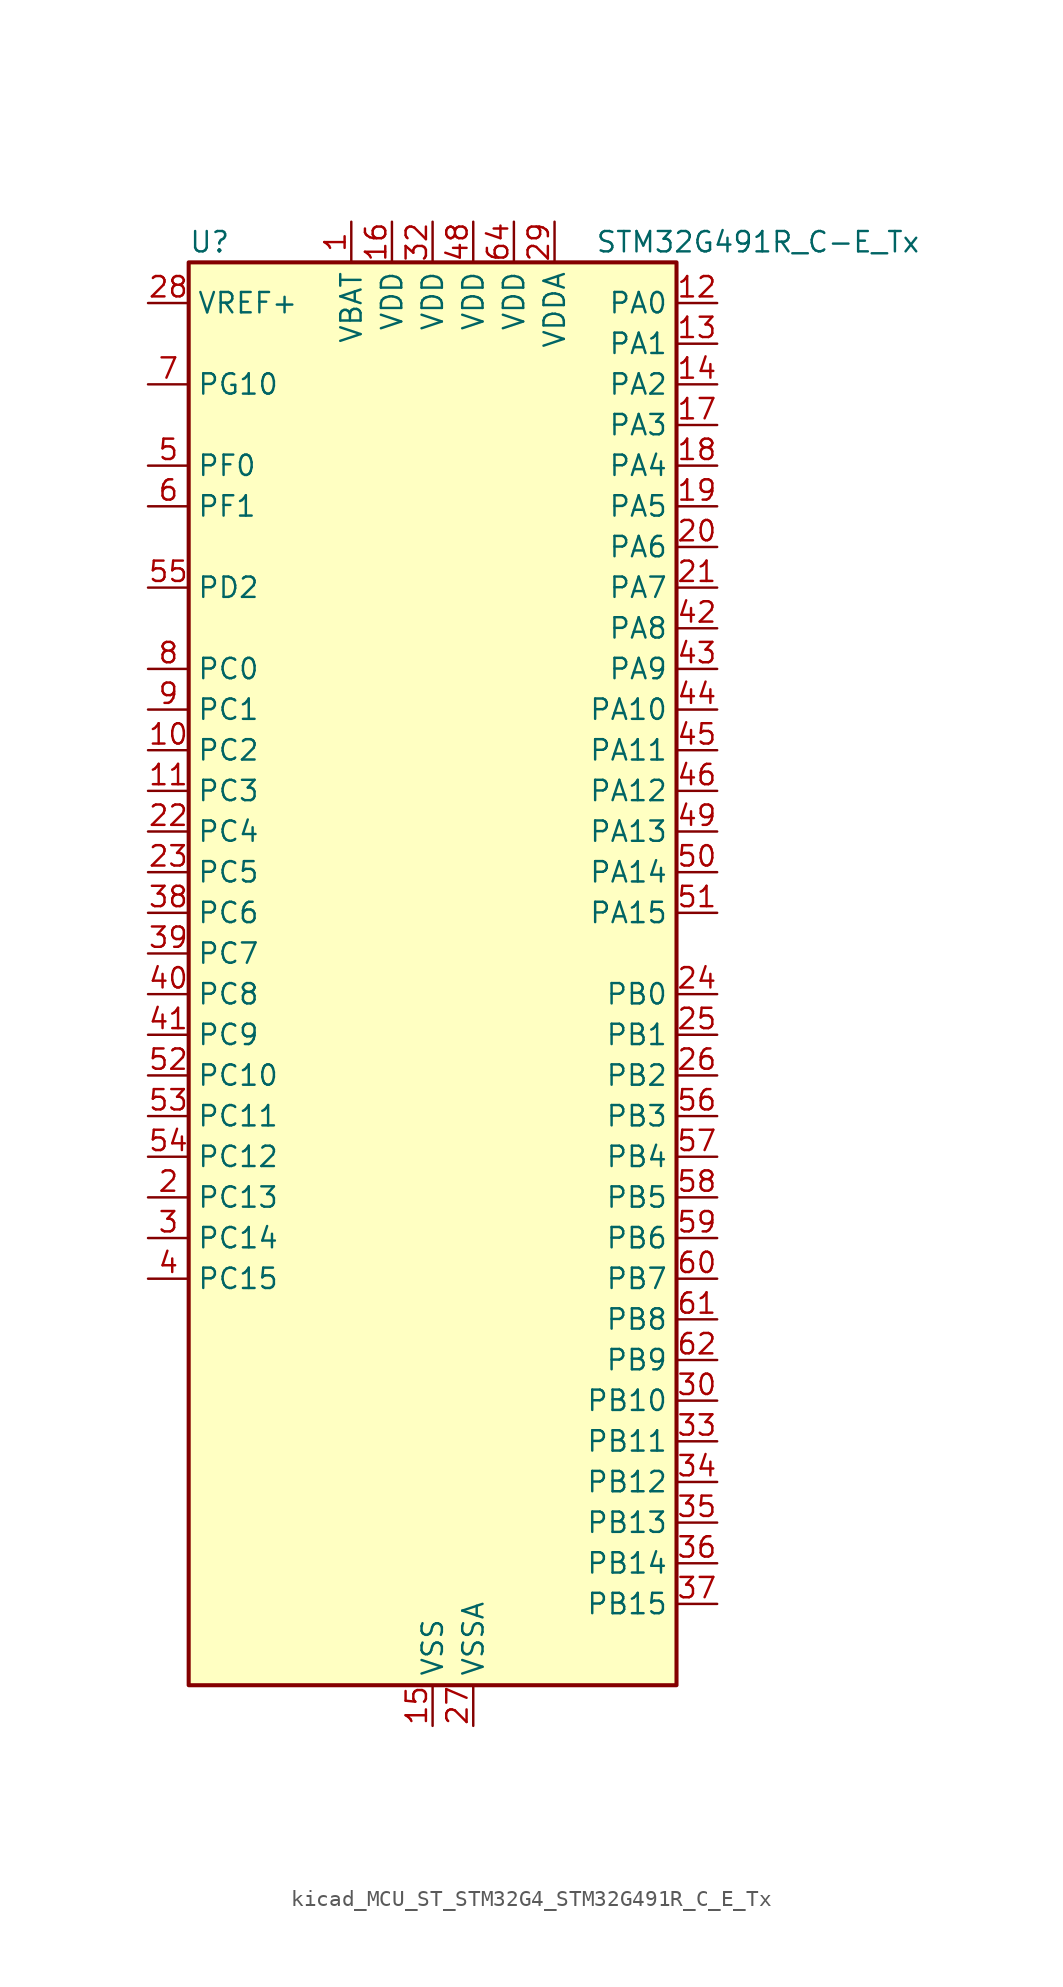
<source format=kicad_sym>
(kicad_symbol_lib
  (version 20220914)
  (generator kicad_symbol_editor)
  (symbol "kicad_MCU_ST_STM32G4_STM32G491R_C_E_Tx"
    (property "Reference" "U"
      (at -15.24 46.99 0)
      (effects (font (size 1.27 1.27)) (justify left)))
    (property "Value" "STM32G491R_C-E_Tx"
      (at 10.16 46.99 0)
      (effects (font (size 1.27 1.27)) (justify left)))
    (property "ki_locked" ""
      (at 0 0 0)
      (effects (font (size 1.27 1.27))))
    (symbol "kicad_MCU_ST_STM32G4_STM32G491R_C_E_Tx_0_1"
      (rectangle (start -15.24 -43.18) (end 15.24 45.72) (stroke (width 0.254) (type default)) (fill (type background))))
    (symbol "kicad_MCU_ST_STM32G4_STM32G491R_C_E_Tx_1_1"
      (pin power_in line (at -5.08 48.26 270) (length 2.54) (name "VBAT" (effects (font (size 1.27 1.27)))) (number "1" (effects (font (size 1.27 1.27)))))
      (pin bidirectional line (at -17.78 15.24 0) (length 2.54) (name "PC2" (effects (font (size 1.27 1.27)))) (number "10" (effects (font (size 1.27 1.27)))) (alternate "ADC1_IN8" bidirectional line) (alternate "ADC2_IN8" bidirectional line) (alternate "ADC3_EXTI2" bidirectional line) (alternate "COMP3_OUT" bidirectional line) (alternate "LPTIM1_IN2" bidirectional line) (alternate "QUADSPI1_BK2_IO1" bidirectional line) (alternate "TIM1_CH3" bidirectional line) (alternate "TIM20_CH2" bidirectional line))
      (pin bidirectional line (at -17.78 12.7 0) (length 2.54) (name "PC3" (effects (font (size 1.27 1.27)))) (number "11" (effects (font (size 1.27 1.27)))) (alternate "ADC1_IN9" bidirectional line) (alternate "ADC2_IN9" bidirectional line) (alternate "ADC3_EXTI3" bidirectional line) (alternate "LPTIM1_ETR" bidirectional line) (alternate "QUADSPI1_BK2_IO2" bidirectional line) (alternate "SAI1_D1" bidirectional line) (alternate "SAI1_SD_A" bidirectional line) (alternate "TIM1_BKIN2" bidirectional line) (alternate "TIM1_CH4" bidirectional line))
      (pin bidirectional line (at 17.78 43.18 180) (length 2.54) (name "PA0" (effects (font (size 1.27 1.27)))) (number "12" (effects (font (size 1.27 1.27)))) (alternate "ADC1_IN1" bidirectional line) (alternate "ADC2_IN1" bidirectional line) (alternate "COMP1_INM" bidirectional line) (alternate "COMP1_OUT" bidirectional line) (alternate "COMP3_INP" bidirectional line) (alternate "RTC_TAMP2" bidirectional line) (alternate "SYS_WKUP1" bidirectional line) (alternate "TIM2_CH1" bidirectional line) (alternate "TIM2_ETR" bidirectional line) (alternate "TIM8_BKIN" bidirectional line) (alternate "TIM8_ETR" bidirectional line) (alternate "USART2_CTS" bidirectional line) (alternate "USART2_NSS" bidirectional line))
      (pin bidirectional line (at 17.78 40.64 180) (length 2.54) (name "PA1" (effects (font (size 1.27 1.27)))) (number "13" (effects (font (size 1.27 1.27)))) (alternate "ADC1_IN2" bidirectional line) (alternate "ADC2_IN2" bidirectional line) (alternate "COMP1_INP" bidirectional line) (alternate "OPAMP1_VINP" bidirectional line) (alternate "OPAMP1_VINP_SEC" bidirectional line) (alternate "OPAMP3_VINP" bidirectional line) (alternate "OPAMP3_VINP_SEC" bidirectional line) (alternate "OPAMP6_VINM" bidirectional line) (alternate "OPAMP6_VINM0" bidirectional line) (alternate "OPAMP6_VINM_SEC" bidirectional line) (alternate "RTC_REFIN" bidirectional line) (alternate "TIM15_CH1N" bidirectional line) (alternate "TIM2_CH2" bidirectional line) (alternate "USART2_DE" bidirectional line) (alternate "USART2_RTS" bidirectional line))
      (pin bidirectional line (at 17.78 38.1 180) (length 2.54) (name "PA2" (effects (font (size 1.27 1.27)))) (number "14" (effects (font (size 1.27 1.27)))) (alternate "ADC1_IN3" bidirectional line) (alternate "ADC3_EXTI2" bidirectional line) (alternate "COMP2_INM" bidirectional line) (alternate "COMP2_OUT" bidirectional line) (alternate "LPUART1_TX" bidirectional line) (alternate "OPAMP1_VOUT" bidirectional line) (alternate "QUADSPI1_BK1_NCS" bidirectional line) (alternate "RCC_LSCO" bidirectional line) (alternate "SYS_WKUP4" bidirectional line) (alternate "TIM15_CH1" bidirectional line) (alternate "TIM2_CH3" bidirectional line) (alternate "UCPD1_FRSTX1" bidirectional line) (alternate "UCPD1_FRSTX2" bidirectional line) (alternate "USART2_TX" bidirectional line))
      (pin power_in line (at 0 -45.72 90) (length 2.54) (name "VSS" (effects (font (size 1.27 1.27)))) (number "15" (effects (font (size 1.27 1.27)))))
      (pin power_in line (at -2.54 48.26 270) (length 2.54) (name "VDD" (effects (font (size 1.27 1.27)))) (number "16" (effects (font (size 1.27 1.27)))))
      (pin bidirectional line (at 17.78 35.56 180) (length 2.54) (name "PA3" (effects (font (size 1.27 1.27)))) (number "17" (effects (font (size 1.27 1.27)))) (alternate "ADC1_IN4" bidirectional line) (alternate "ADC3_EXTI3" bidirectional line) (alternate "COMP2_INP" bidirectional line) (alternate "LPUART1_RX" bidirectional line) (alternate "OPAMP1_VINM" bidirectional line) (alternate "OPAMP1_VINM0" bidirectional line) (alternate "OPAMP1_VINM_SEC" bidirectional line) (alternate "OPAMP1_VINP" bidirectional line) (alternate "OPAMP1_VINP_SEC" bidirectional line) (alternate "QUADSPI1_CLK" bidirectional line) (alternate "SAI1_CK1" bidirectional line) (alternate "SAI1_MCLK_A" bidirectional line) (alternate "TIM15_CH2" bidirectional line) (alternate "TIM2_CH4" bidirectional line) (alternate "USART2_RX" bidirectional line))
      (pin bidirectional line (at 17.78 33.02 180) (length 2.54) (name "PA4" (effects (font (size 1.27 1.27)))) (number "18" (effects (font (size 1.27 1.27)))) (alternate "ADC2_IN17" bidirectional line) (alternate "COMP1_INM" bidirectional line) (alternate "DAC1_OUT1" bidirectional line) (alternate "I2S3_WS" bidirectional line) (alternate "SAI1_FS_B" bidirectional line) (alternate "SPI1_NSS" bidirectional line) (alternate "SPI3_NSS" bidirectional line) (alternate "TIM3_CH2" bidirectional line) (alternate "USART2_CK" bidirectional line))
      (pin bidirectional line (at 17.78 30.48 180) (length 2.54) (name "PA5" (effects (font (size 1.27 1.27)))) (number "19" (effects (font (size 1.27 1.27)))) (alternate "ADC2_IN13" bidirectional line) (alternate "COMP2_INM" bidirectional line) (alternate "DAC1_OUT2" bidirectional line) (alternate "OPAMP2_VINM" bidirectional line) (alternate "OPAMP2_VINM0" bidirectional line) (alternate "OPAMP2_VINM_SEC" bidirectional line) (alternate "SPI1_SCK" bidirectional line) (alternate "TIM2_CH1" bidirectional line) (alternate "TIM2_ETR" bidirectional line) (alternate "UCPD1_FRSTX1" bidirectional line) (alternate "UCPD1_FRSTX2" bidirectional line))
      (pin bidirectional line (at -17.78 -12.7 0) (length 2.54) (name "PC13" (effects (font (size 1.27 1.27)))) (number "2" (effects (font (size 1.27 1.27)))) (alternate "RTC_OUT1" bidirectional line) (alternate "RTC_TAMP1" bidirectional line) (alternate "RTC_TS" bidirectional line) (alternate "SYS_WKUP2" bidirectional line) (alternate "TIM1_BKIN" bidirectional line) (alternate "TIM1_CH1N" bidirectional line) (alternate "TIM8_CH4N" bidirectional line))
      (pin bidirectional line (at 17.78 27.94 180) (length 2.54) (name "PA6" (effects (font (size 1.27 1.27)))) (number "20" (effects (font (size 1.27 1.27)))) (alternate "ADC2_IN3" bidirectional line) (alternate "COMP1_OUT" bidirectional line) (alternate "LPUART1_CTS" bidirectional line) (alternate "OPAMP2_VOUT" bidirectional line) (alternate "QUADSPI1_BK1_IO3" bidirectional line) (alternate "SPI1_MISO" bidirectional line) (alternate "TIM16_CH1" bidirectional line) (alternate "TIM1_BKIN" bidirectional line) (alternate "TIM3_CH1" bidirectional line) (alternate "TIM8_BKIN" bidirectional line))
      (pin bidirectional line (at 17.78 25.4 180) (length 2.54) (name "PA7" (effects (font (size 1.27 1.27)))) (number "21" (effects (font (size 1.27 1.27)))) (alternate "ADC2_IN4" bidirectional line) (alternate "COMP2_INP" bidirectional line) (alternate "COMP2_OUT" bidirectional line) (alternate "OPAMP1_VINP" bidirectional line) (alternate "OPAMP1_VINP_SEC" bidirectional line) (alternate "OPAMP2_VINP" bidirectional line) (alternate "OPAMP2_VINP_SEC" bidirectional line) (alternate "QUADSPI1_BK1_IO2" bidirectional line) (alternate "SPI1_MOSI" bidirectional line) (alternate "TIM17_CH1" bidirectional line) (alternate "TIM1_CH1N" bidirectional line) (alternate "TIM3_CH2" bidirectional line) (alternate "TIM8_CH1N" bidirectional line) (alternate "UCPD1_FRSTX1" bidirectional line) (alternate "UCPD1_FRSTX2" bidirectional line))
      (pin bidirectional line (at -17.78 10.16 0) (length 2.54) (name "PC4" (effects (font (size 1.27 1.27)))) (number "22" (effects (font (size 1.27 1.27)))) (alternate "ADC2_IN5" bidirectional line) (alternate "I2C2_SCL" bidirectional line) (alternate "QUADSPI1_BK2_IO3" bidirectional line) (alternate "TIM1_ETR" bidirectional line) (alternate "USART1_TX" bidirectional line))
      (pin bidirectional line (at -17.78 7.62 0) (length 2.54) (name "PC5" (effects (font (size 1.27 1.27)))) (number "23" (effects (font (size 1.27 1.27)))) (alternate "ADC2_IN11" bidirectional line) (alternate "OPAMP1_VINM" bidirectional line) (alternate "OPAMP1_VINM1" bidirectional line) (alternate "OPAMP1_VINM_SEC" bidirectional line) (alternate "OPAMP2_VINM" bidirectional line) (alternate "OPAMP2_VINM1" bidirectional line) (alternate "OPAMP2_VINM_SEC" bidirectional line) (alternate "SAI1_D3" bidirectional line) (alternate "SYS_WKUP5" bidirectional line) (alternate "TIM15_BKIN" bidirectional line) (alternate "TIM1_CH4N" bidirectional line) (alternate "USART1_RX" bidirectional line))
      (pin bidirectional line (at 17.78 0 180) (length 2.54) (name "PB0" (effects (font (size 1.27 1.27)))) (number "24" (effects (font (size 1.27 1.27)))) (alternate "ADC1_IN15" bidirectional line) (alternate "ADC3_IN12" bidirectional line) (alternate "COMP4_INP" bidirectional line) (alternate "OPAMP2_VINP" bidirectional line) (alternate "OPAMP2_VINP_SEC" bidirectional line) (alternate "OPAMP3_VINP" bidirectional line) (alternate "OPAMP3_VINP_SEC" bidirectional line) (alternate "QUADSPI1_BK1_IO1" bidirectional line) (alternate "TIM1_CH2N" bidirectional line) (alternate "TIM3_CH3" bidirectional line) (alternate "TIM8_CH2N" bidirectional line) (alternate "UCPD1_FRSTX1" bidirectional line) (alternate "UCPD1_FRSTX2" bidirectional line))
      (pin bidirectional line (at 17.78 -2.54 180) (length 2.54) (name "PB1" (effects (font (size 1.27 1.27)))) (number "25" (effects (font (size 1.27 1.27)))) (alternate "ADC1_IN12" bidirectional line) (alternate "ADC3_IN1" bidirectional line) (alternate "COMP1_INP" bidirectional line) (alternate "COMP4_OUT" bidirectional line) (alternate "LPUART1_DE" bidirectional line) (alternate "LPUART1_RTS" bidirectional line) (alternate "OPAMP3_VOUT" bidirectional line) (alternate "OPAMP6_VINM" bidirectional line) (alternate "OPAMP6_VINM1" bidirectional line) (alternate "OPAMP6_VINM_SEC" bidirectional line) (alternate "QUADSPI1_BK1_IO0" bidirectional line) (alternate "TIM1_CH3N" bidirectional line) (alternate "TIM3_CH4" bidirectional line) (alternate "TIM8_CH3N" bidirectional line))
      (pin bidirectional line (at 17.78 -5.08 180) (length 2.54) (name "PB2" (effects (font (size 1.27 1.27)))) (number "26" (effects (font (size 1.27 1.27)))) (alternate "ADC2_IN12" bidirectional line) (alternate "ADC3_EXTI2" bidirectional line) (alternate "COMP4_INM" bidirectional line) (alternate "I2C3_SMBA" bidirectional line) (alternate "LPTIM1_OUT" bidirectional line) (alternate "OPAMP3_VINM" bidirectional line) (alternate "OPAMP3_VINM0" bidirectional line) (alternate "OPAMP3_VINM_SEC" bidirectional line) (alternate "QUADSPI1_BK2_IO1" bidirectional line) (alternate "RTC_OUT2" bidirectional line) (alternate "TIM20_CH1" bidirectional line))
      (pin power_in line (at 2.54 -45.72 90) (length 2.54) (name "VSSA" (effects (font (size 1.27 1.27)))) (number "27" (effects (font (size 1.27 1.27)))))
      (pin input line (at -17.78 43.18 0) (length 2.54) (name "VREF+" (effects (font (size 1.27 1.27)))) (number "28" (effects (font (size 1.27 1.27)))) (alternate "VREFBUF_OUT" bidirectional line))
      (pin power_in line (at 7.62 48.26 270) (length 2.54) (name "VDDA" (effects (font (size 1.27 1.27)))) (number "29" (effects (font (size 1.27 1.27)))))
      (pin bidirectional line (at -17.78 -15.24 0) (length 2.54) (name "PC14" (effects (font (size 1.27 1.27)))) (number "3" (effects (font (size 1.27 1.27)))) (alternate "RCC_OSC32_IN" bidirectional line))
      (pin bidirectional line (at 17.78 -25.4 180) (length 2.54) (name "PB10" (effects (font (size 1.27 1.27)))) (number "30" (effects (font (size 1.27 1.27)))) (alternate "DAC1_EXTI10" bidirectional line) (alternate "DAC3_EXTI10" bidirectional line) (alternate "LPUART1_RX" bidirectional line) (alternate "OPAMP3_VINM" bidirectional line) (alternate "OPAMP3_VINM1" bidirectional line) (alternate "OPAMP3_VINM_SEC" bidirectional line) (alternate "QUADSPI1_CLK" bidirectional line) (alternate "SAI1_SCK_A" bidirectional line) (alternate "TIM1_BKIN" bidirectional line) (alternate "TIM2_CH3" bidirectional line) (alternate "USART3_TX" bidirectional line))
      (pin passive line (at 0 -45.72 90) (length 2.54) hide (name "VSS" (effects (font (size 1.27 1.27)))) (number "31" (effects (font (size 1.27 1.27)))))
      (pin power_in line (at 0 48.26 270) (length 2.54) (name "VDD" (effects (font (size 1.27 1.27)))) (number "32" (effects (font (size 1.27 1.27)))))
      (pin bidirectional line (at 17.78 -27.94 180) (length 2.54) (name "PB11" (effects (font (size 1.27 1.27)))) (number "33" (effects (font (size 1.27 1.27)))) (alternate "ADC1_EXTI11" bidirectional line) (alternate "ADC1_IN14" bidirectional line) (alternate "ADC2_EXTI11" bidirectional line) (alternate "ADC2_IN14" bidirectional line) (alternate "LPUART1_TX" bidirectional line) (alternate "OPAMP6_VOUT" bidirectional line) (alternate "QUADSPI1_BK1_NCS" bidirectional line) (alternate "TIM2_CH4" bidirectional line) (alternate "USART3_RX" bidirectional line))
      (pin bidirectional line (at 17.78 -30.48 180) (length 2.54) (name "PB12" (effects (font (size 1.27 1.27)))) (number "34" (effects (font (size 1.27 1.27)))) (alternate "ADC1_IN11" bidirectional line) (alternate "FDCAN2_RX" bidirectional line) (alternate "I2C2_SMBA" bidirectional line) (alternate "I2S2_WS" bidirectional line) (alternate "LPUART1_DE" bidirectional line) (alternate "LPUART1_RTS" bidirectional line) (alternate "OPAMP6_VINP" bidirectional line) (alternate "OPAMP6_VINP_SEC" bidirectional line) (alternate "SPI2_NSS" bidirectional line) (alternate "TIM1_BKIN" bidirectional line) (alternate "USART3_CK" bidirectional line))
      (pin bidirectional line (at 17.78 -33.02 180) (length 2.54) (name "PB13" (effects (font (size 1.27 1.27)))) (number "35" (effects (font (size 1.27 1.27)))) (alternate "ADC3_IN5" bidirectional line) (alternate "FDCAN2_TX" bidirectional line) (alternate "I2S2_CK" bidirectional line) (alternate "LPUART1_CTS" bidirectional line) (alternate "OPAMP3_VINP" bidirectional line) (alternate "OPAMP3_VINP_SEC" bidirectional line) (alternate "OPAMP6_VINP" bidirectional line) (alternate "OPAMP6_VINP_SEC" bidirectional line) (alternate "SPI2_SCK" bidirectional line) (alternate "TIM1_CH1N" bidirectional line) (alternate "USART3_CTS" bidirectional line) (alternate "USART3_NSS" bidirectional line))
      (pin bidirectional line (at 17.78 -35.56 180) (length 2.54) (name "PB14" (effects (font (size 1.27 1.27)))) (number "36" (effects (font (size 1.27 1.27)))) (alternate "ADC1_IN5" bidirectional line) (alternate "COMP4_OUT" bidirectional line) (alternate "OPAMP2_VINP" bidirectional line) (alternate "OPAMP2_VINP_SEC" bidirectional line) (alternate "SPI2_MISO" bidirectional line) (alternate "TIM15_CH1" bidirectional line) (alternate "TIM1_CH2N" bidirectional line) (alternate "USART3_DE" bidirectional line) (alternate "USART3_RTS" bidirectional line))
      (pin bidirectional line (at 17.78 -38.1 180) (length 2.54) (name "PB15" (effects (font (size 1.27 1.27)))) (number "37" (effects (font (size 1.27 1.27)))) (alternate "ADC1_EXTI15" bidirectional line) (alternate "ADC2_EXTI15" bidirectional line) (alternate "ADC2_IN15" bidirectional line) (alternate "COMP3_OUT" bidirectional line) (alternate "I2S2_SD" bidirectional line) (alternate "RTC_REFIN" bidirectional line) (alternate "SPI2_MOSI" bidirectional line) (alternate "TIM15_CH1N" bidirectional line) (alternate "TIM15_CH2" bidirectional line) (alternate "TIM1_CH3N" bidirectional line))
      (pin bidirectional line (at -17.78 5.08 0) (length 2.54) (name "PC6" (effects (font (size 1.27 1.27)))) (number "38" (effects (font (size 1.27 1.27)))) (alternate "I2S2_MCK" bidirectional line) (alternate "TIM3_CH1" bidirectional line) (alternate "TIM8_CH1" bidirectional line))
      (pin bidirectional line (at -17.78 2.54 0) (length 2.54) (name "PC7" (effects (font (size 1.27 1.27)))) (number "39" (effects (font (size 1.27 1.27)))) (alternate "I2S3_MCK" bidirectional line) (alternate "TIM3_CH2" bidirectional line) (alternate "TIM8_CH2" bidirectional line))
      (pin bidirectional line (at -17.78 -17.78 0) (length 2.54) (name "PC15" (effects (font (size 1.27 1.27)))) (number "4" (effects (font (size 1.27 1.27)))) (alternate "ADC1_EXTI15" bidirectional line) (alternate "ADC2_EXTI15" bidirectional line) (alternate "RCC_OSC32_OUT" bidirectional line))
      (pin bidirectional line (at -17.78 0 0) (length 2.54) (name "PC8" (effects (font (size 1.27 1.27)))) (number "40" (effects (font (size 1.27 1.27)))) (alternate "I2C3_SCL" bidirectional line) (alternate "TIM20_CH3" bidirectional line) (alternate "TIM3_CH3" bidirectional line) (alternate "TIM8_CH3" bidirectional line))
      (pin bidirectional line (at -17.78 -2.54 0) (length 2.54) (name "PC9" (effects (font (size 1.27 1.27)))) (number "41" (effects (font (size 1.27 1.27)))) (alternate "DAC1_EXTI9" bidirectional line) (alternate "DAC3_EXTI9" bidirectional line) (alternate "I2C3_SDA" bidirectional line) (alternate "I2S_CKIN" bidirectional line) (alternate "TIM3_CH4" bidirectional line) (alternate "TIM8_BKIN2" bidirectional line) (alternate "TIM8_CH4" bidirectional line))
      (pin bidirectional line (at 17.78 22.86 180) (length 2.54) (name "PA8" (effects (font (size 1.27 1.27)))) (number "42" (effects (font (size 1.27 1.27)))) (alternate "I2C2_SDA" bidirectional line) (alternate "I2C3_SCL" bidirectional line) (alternate "I2S2_MCK" bidirectional line) (alternate "RCC_MCO" bidirectional line) (alternate "SAI1_CK2" bidirectional line) (alternate "SAI1_SCK_A" bidirectional line) (alternate "TIM1_CH1" bidirectional line) (alternate "TIM4_ETR" bidirectional line) (alternate "USART1_CK" bidirectional line))
      (pin bidirectional line (at 17.78 20.32 180) (length 2.54) (name "PA9" (effects (font (size 1.27 1.27)))) (number "43" (effects (font (size 1.27 1.27)))) (alternate "DAC1_EXTI9" bidirectional line) (alternate "DAC3_EXTI9" bidirectional line) (alternate "I2C2_SCL" bidirectional line) (alternate "I2C3_SMBA" bidirectional line) (alternate "I2S3_MCK" bidirectional line) (alternate "SAI1_FS_A" bidirectional line) (alternate "TIM15_BKIN" bidirectional line) (alternate "TIM1_CH2" bidirectional line) (alternate "TIM2_CH3" bidirectional line) (alternate "UCPD1_DBCC1" bidirectional line) (alternate "USART1_TX" bidirectional line))
      (pin bidirectional line (at 17.78 17.78 180) (length 2.54) (name "PA10" (effects (font (size 1.27 1.27)))) (number "44" (effects (font (size 1.27 1.27)))) (alternate "CRS_SYNC" bidirectional line) (alternate "DAC1_EXTI10" bidirectional line) (alternate "DAC3_EXTI10" bidirectional line) (alternate "I2C2_SMBA" bidirectional line) (alternate "SAI1_D1" bidirectional line) (alternate "SAI1_SD_A" bidirectional line) (alternate "SPI2_MISO" bidirectional line) (alternate "TIM17_BKIN" bidirectional line) (alternate "TIM1_CH3" bidirectional line) (alternate "TIM2_CH4" bidirectional line) (alternate "TIM8_BKIN" bidirectional line) (alternate "UCPD1_DBCC2" bidirectional line) (alternate "USART1_RX" bidirectional line))
      (pin bidirectional line (at 17.78 15.24 180) (length 2.54) (name "PA11" (effects (font (size 1.27 1.27)))) (number "45" (effects (font (size 1.27 1.27)))) (alternate "ADC1_EXTI11" bidirectional line) (alternate "ADC2_EXTI11" bidirectional line) (alternate "COMP1_OUT" bidirectional line) (alternate "FDCAN1_RX" bidirectional line) (alternate "I2S2_SD" bidirectional line) (alternate "SPI2_MOSI" bidirectional line) (alternate "TIM1_BKIN2" bidirectional line) (alternate "TIM1_CH1N" bidirectional line) (alternate "TIM1_CH4" bidirectional line) (alternate "TIM4_CH1" bidirectional line) (alternate "USART1_CTS" bidirectional line) (alternate "USART1_NSS" bidirectional line) (alternate "USB_DM" bidirectional line))
      (pin bidirectional line (at 17.78 12.7 180) (length 2.54) (name "PA12" (effects (font (size 1.27 1.27)))) (number "46" (effects (font (size 1.27 1.27)))) (alternate "COMP2_OUT" bidirectional line) (alternate "FDCAN1_TX" bidirectional line) (alternate "I2S_CKIN" bidirectional line) (alternate "TIM16_CH1" bidirectional line) (alternate "TIM1_CH2N" bidirectional line) (alternate "TIM1_ETR" bidirectional line) (alternate "TIM4_CH2" bidirectional line) (alternate "USART1_DE" bidirectional line) (alternate "USART1_RTS" bidirectional line) (alternate "USB_DP" bidirectional line))
      (pin passive line (at 0 -45.72 90) (length 2.54) hide (name "VSS" (effects (font (size 1.27 1.27)))) (number "47" (effects (font (size 1.27 1.27)))))
      (pin power_in line (at 2.54 48.26 270) (length 2.54) (name "VDD" (effects (font (size 1.27 1.27)))) (number "48" (effects (font (size 1.27 1.27)))))
      (pin bidirectional line (at 17.78 10.16 180) (length 2.54) (name "PA13" (effects (font (size 1.27 1.27)))) (number "49" (effects (font (size 1.27 1.27)))) (alternate "I2C1_SCL" bidirectional line) (alternate "IR_OUT" bidirectional line) (alternate "SAI1_SD_B" bidirectional line) (alternate "SYS_JTMS-SWDIO" bidirectional line) (alternate "TIM16_CH1N" bidirectional line) (alternate "TIM4_CH3" bidirectional line) (alternate "USART3_CTS" bidirectional line) (alternate "USART3_NSS" bidirectional line))
      (pin bidirectional line (at -17.78 33.02 0) (length 2.54) (name "PF0" (effects (font (size 1.27 1.27)))) (number "5" (effects (font (size 1.27 1.27)))) (alternate "ADC1_IN10" bidirectional line) (alternate "I2C2_SDA" bidirectional line) (alternate "I2S2_WS" bidirectional line) (alternate "RCC_OSC_IN" bidirectional line) (alternate "SPI2_NSS" bidirectional line) (alternate "TIM1_CH3N" bidirectional line))
      (pin bidirectional line (at 17.78 7.62 180) (length 2.54) (name "PA14" (effects (font (size 1.27 1.27)))) (number "50" (effects (font (size 1.27 1.27)))) (alternate "I2C1_SDA" bidirectional line) (alternate "LPTIM1_OUT" bidirectional line) (alternate "SAI1_FS_B" bidirectional line) (alternate "SYS_JTCK-SWCLK" bidirectional line) (alternate "TIM1_BKIN" bidirectional line) (alternate "TIM8_CH2" bidirectional line) (alternate "USART2_TX" bidirectional line))
      (pin bidirectional line (at 17.78 5.08 180) (length 2.54) (name "PA15" (effects (font (size 1.27 1.27)))) (number "51" (effects (font (size 1.27 1.27)))) (alternate "ADC1_EXTI15" bidirectional line) (alternate "ADC2_EXTI15" bidirectional line) (alternate "I2C1_SCL" bidirectional line) (alternate "I2S3_WS" bidirectional line) (alternate "SPI1_NSS" bidirectional line) (alternate "SPI3_NSS" bidirectional line) (alternate "SYS_JTDI" bidirectional line) (alternate "TIM1_BKIN" bidirectional line) (alternate "TIM20_ETR" bidirectional line) (alternate "TIM2_CH1" bidirectional line) (alternate "TIM2_ETR" bidirectional line) (alternate "TIM8_CH1" bidirectional line) (alternate "UART4_DE" bidirectional line) (alternate "UART4_RTS" bidirectional line) (alternate "USART2_RX" bidirectional line))
      (pin bidirectional line (at -17.78 -5.08 0) (length 2.54) (name "PC10" (effects (font (size 1.27 1.27)))) (number "52" (effects (font (size 1.27 1.27)))) (alternate "DAC1_EXTI10" bidirectional line) (alternate "DAC3_EXTI10" bidirectional line) (alternate "I2S3_CK" bidirectional line) (alternate "SPI3_SCK" bidirectional line) (alternate "TIM8_CH1N" bidirectional line) (alternate "UART4_TX" bidirectional line) (alternate "USART3_TX" bidirectional line))
      (pin bidirectional line (at -17.78 -7.62 0) (length 2.54) (name "PC11" (effects (font (size 1.27 1.27)))) (number "53" (effects (font (size 1.27 1.27)))) (alternate "ADC1_EXTI11" bidirectional line) (alternate "ADC2_EXTI11" bidirectional line) (alternate "I2C3_SDA" bidirectional line) (alternate "SPI3_MISO" bidirectional line) (alternate "TIM8_CH2N" bidirectional line) (alternate "UART4_RX" bidirectional line) (alternate "USART3_RX" bidirectional line))
      (pin bidirectional line (at -17.78 -10.16 0) (length 2.54) (name "PC12" (effects (font (size 1.27 1.27)))) (number "54" (effects (font (size 1.27 1.27)))) (alternate "I2S3_SD" bidirectional line) (alternate "SPI3_MOSI" bidirectional line) (alternate "TIM8_CH3N" bidirectional line) (alternate "UART5_TX" bidirectional line) (alternate "UCPD1_FRSTX1" bidirectional line) (alternate "UCPD1_FRSTX2" bidirectional line) (alternate "USART3_CK" bidirectional line))
      (pin bidirectional line (at -17.78 25.4 0) (length 2.54) (name "PD2" (effects (font (size 1.27 1.27)))) (number "55" (effects (font (size 1.27 1.27)))) (alternate "ADC3_EXTI2" bidirectional line) (alternate "TIM3_ETR" bidirectional line) (alternate "TIM8_BKIN" bidirectional line) (alternate "UART5_RX" bidirectional line))
      (pin bidirectional line (at 17.78 -7.62 180) (length 2.54) (name "PB3" (effects (font (size 1.27 1.27)))) (number "56" (effects (font (size 1.27 1.27)))) (alternate "ADC3_EXTI3" bidirectional line) (alternate "CRS_SYNC" bidirectional line) (alternate "I2S3_CK" bidirectional line) (alternate "SAI1_SCK_B" bidirectional line) (alternate "SPI1_SCK" bidirectional line) (alternate "SPI3_SCK" bidirectional line) (alternate "SYS_JTDO-SWO" bidirectional line) (alternate "TIM2_CH2" bidirectional line) (alternate "TIM3_ETR" bidirectional line) (alternate "TIM4_ETR" bidirectional line) (alternate "TIM8_CH1N" bidirectional line) (alternate "USART2_TX" bidirectional line))
      (pin bidirectional line (at 17.78 -10.16 180) (length 2.54) (name "PB4" (effects (font (size 1.27 1.27)))) (number "57" (effects (font (size 1.27 1.27)))) (alternate "SAI1_MCLK_B" bidirectional line) (alternate "SPI1_MISO" bidirectional line) (alternate "SPI3_MISO" bidirectional line) (alternate "SYS_JTRST" bidirectional line) (alternate "TIM16_CH1" bidirectional line) (alternate "TIM17_BKIN" bidirectional line) (alternate "TIM3_CH1" bidirectional line) (alternate "TIM8_CH2N" bidirectional line) (alternate "UART5_DE" bidirectional line) (alternate "UART5_RTS" bidirectional line) (alternate "UCPD1_CC2" bidirectional line) (alternate "USART2_RX" bidirectional line))
      (pin bidirectional line (at 17.78 -12.7 180) (length 2.54) (name "PB5" (effects (font (size 1.27 1.27)))) (number "58" (effects (font (size 1.27 1.27)))) (alternate "FDCAN2_RX" bidirectional line) (alternate "I2C1_SMBA" bidirectional line) (alternate "I2C3_SDA" bidirectional line) (alternate "I2S3_SD" bidirectional line) (alternate "LPTIM1_IN1" bidirectional line) (alternate "SAI1_SD_B" bidirectional line) (alternate "SPI1_MOSI" bidirectional line) (alternate "SPI3_MOSI" bidirectional line) (alternate "TIM16_BKIN" bidirectional line) (alternate "TIM17_CH1" bidirectional line) (alternate "TIM3_CH2" bidirectional line) (alternate "TIM8_CH3N" bidirectional line) (alternate "UART5_CTS" bidirectional line) (alternate "USART2_CK" bidirectional line))
      (pin bidirectional line (at 17.78 -15.24 180) (length 2.54) (name "PB6" (effects (font (size 1.27 1.27)))) (number "59" (effects (font (size 1.27 1.27)))) (alternate "COMP4_OUT" bidirectional line) (alternate "FDCAN2_TX" bidirectional line) (alternate "LPTIM1_ETR" bidirectional line) (alternate "SAI1_FS_B" bidirectional line) (alternate "TIM16_CH1N" bidirectional line) (alternate "TIM4_CH1" bidirectional line) (alternate "TIM8_BKIN2" bidirectional line) (alternate "TIM8_CH1" bidirectional line) (alternate "TIM8_ETR" bidirectional line) (alternate "UCPD1_CC1" bidirectional line) (alternate "USART1_TX" bidirectional line))
      (pin bidirectional line (at -17.78 30.48 0) (length 2.54) (name "PF1" (effects (font (size 1.27 1.27)))) (number "6" (effects (font (size 1.27 1.27)))) (alternate "ADC2_IN10" bidirectional line) (alternate "COMP3_INM" bidirectional line) (alternate "I2S2_CK" bidirectional line) (alternate "RCC_OSC_OUT" bidirectional line) (alternate "SPI2_SCK" bidirectional line))
      (pin bidirectional line (at 17.78 -17.78 180) (length 2.54) (name "PB7" (effects (font (size 1.27 1.27)))) (number "60" (effects (font (size 1.27 1.27)))) (alternate "COMP3_OUT" bidirectional line) (alternate "I2C1_SDA" bidirectional line) (alternate "LPTIM1_IN2" bidirectional line) (alternate "SYS_PVD_IN" bidirectional line) (alternate "TIM17_CH1N" bidirectional line) (alternate "TIM3_CH4" bidirectional line) (alternate "TIM4_CH2" bidirectional line) (alternate "TIM8_BKIN" bidirectional line) (alternate "UART4_CTS" bidirectional line) (alternate "USART1_RX" bidirectional line))
      (pin bidirectional line (at 17.78 -20.32 180) (length 2.54) (name "PB8" (effects (font (size 1.27 1.27)))) (number "61" (effects (font (size 1.27 1.27)))) (alternate "COMP1_OUT" bidirectional line) (alternate "FDCAN1_RX" bidirectional line) (alternate "I2C1_SCL" bidirectional line) (alternate "SAI1_CK1" bidirectional line) (alternate "SAI1_MCLK_A" bidirectional line) (alternate "TIM16_CH1" bidirectional line) (alternate "TIM1_BKIN" bidirectional line) (alternate "TIM4_CH3" bidirectional line) (alternate "TIM8_CH2" bidirectional line) (alternate "USART3_RX" bidirectional line))
      (pin bidirectional line (at 17.78 -22.86 180) (length 2.54) (name "PB9" (effects (font (size 1.27 1.27)))) (number "62" (effects (font (size 1.27 1.27)))) (alternate "COMP2_OUT" bidirectional line) (alternate "DAC1_EXTI9" bidirectional line) (alternate "DAC3_EXTI9" bidirectional line) (alternate "FDCAN1_TX" bidirectional line) (alternate "I2C1_SDA" bidirectional line) (alternate "IR_OUT" bidirectional line) (alternate "SAI1_D2" bidirectional line) (alternate "SAI1_FS_A" bidirectional line) (alternate "TIM17_CH1" bidirectional line) (alternate "TIM1_CH3N" bidirectional line) (alternate "TIM4_CH4" bidirectional line) (alternate "TIM8_CH3" bidirectional line) (alternate "USART3_TX" bidirectional line))
      (pin passive line (at 0 -45.72 90) (length 2.54) hide (name "VSS" (effects (font (size 1.27 1.27)))) (number "63" (effects (font (size 1.27 1.27)))))
      (pin power_in line (at 5.08 48.26 270) (length 2.54) (name "VDD" (effects (font (size 1.27 1.27)))) (number "64" (effects (font (size 1.27 1.27)))))
      (pin bidirectional line (at -17.78 38.1 0) (length 2.54) (name "PG10" (effects (font (size 1.27 1.27)))) (number "7" (effects (font (size 1.27 1.27)))) (alternate "DAC1_EXTI10" bidirectional line) (alternate "DAC3_EXTI10" bidirectional line) (alternate "RCC_MCO" bidirectional line))
      (pin bidirectional line (at -17.78 20.32 0) (length 2.54) (name "PC0" (effects (font (size 1.27 1.27)))) (number "8" (effects (font (size 1.27 1.27)))) (alternate "ADC1_IN6" bidirectional line) (alternate "ADC2_IN6" bidirectional line) (alternate "COMP3_INM" bidirectional line) (alternate "LPTIM1_IN1" bidirectional line) (alternate "LPUART1_RX" bidirectional line) (alternate "TIM1_CH1" bidirectional line))
      (pin bidirectional line (at -17.78 17.78 0) (length 2.54) (name "PC1" (effects (font (size 1.27 1.27)))) (number "9" (effects (font (size 1.27 1.27)))) (alternate "ADC1_IN7" bidirectional line) (alternate "ADC2_IN7" bidirectional line) (alternate "COMP3_INP" bidirectional line) (alternate "LPTIM1_OUT" bidirectional line) (alternate "LPUART1_TX" bidirectional line) (alternate "QUADSPI1_BK2_IO0" bidirectional line) (alternate "SAI1_SD_A" bidirectional line) (alternate "TIM1_CH2" bidirectional line)))))
</source>
